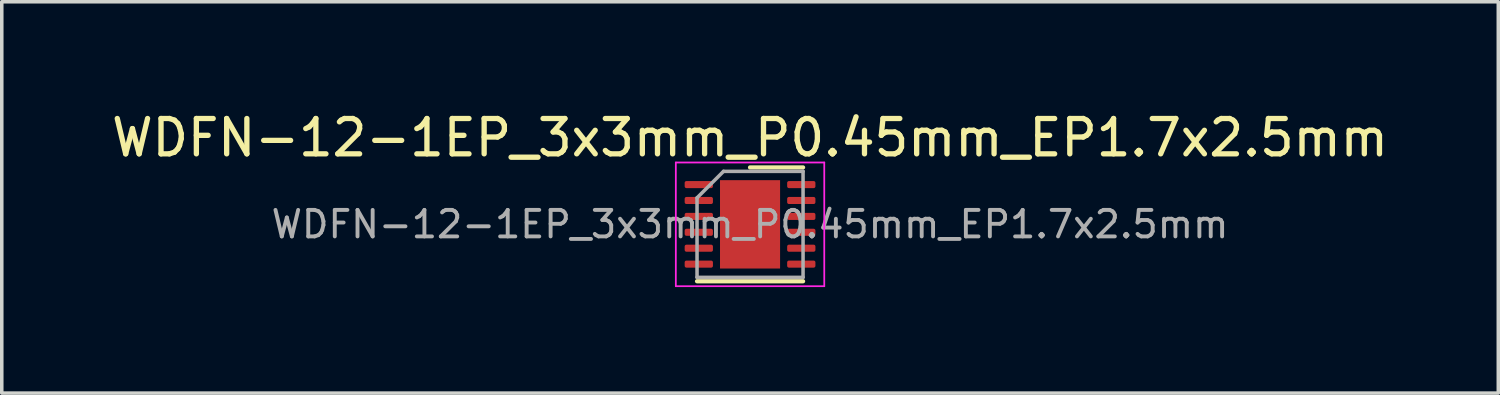
<source format=kicad_pcb>
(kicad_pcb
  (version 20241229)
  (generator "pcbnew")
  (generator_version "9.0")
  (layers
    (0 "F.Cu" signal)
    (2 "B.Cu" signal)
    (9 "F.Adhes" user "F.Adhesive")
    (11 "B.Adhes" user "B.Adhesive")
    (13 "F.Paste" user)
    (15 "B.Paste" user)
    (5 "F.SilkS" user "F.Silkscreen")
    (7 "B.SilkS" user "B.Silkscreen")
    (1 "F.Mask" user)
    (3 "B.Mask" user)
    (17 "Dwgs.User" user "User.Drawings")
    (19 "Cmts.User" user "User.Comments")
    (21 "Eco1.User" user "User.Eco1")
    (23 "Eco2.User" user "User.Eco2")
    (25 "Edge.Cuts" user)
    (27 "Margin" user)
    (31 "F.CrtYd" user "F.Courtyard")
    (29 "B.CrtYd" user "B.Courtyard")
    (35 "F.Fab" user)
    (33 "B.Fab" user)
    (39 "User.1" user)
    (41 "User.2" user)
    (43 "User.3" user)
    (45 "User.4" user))
  (footprint "WDFN-12-1EP_3x3mm_P0.45mm_EP1.7x2.5mm"
    (layer "F.Cu")
    (at 18.173 3.298)
    (property "Reference" "WDFN-12-1EP_3x3mm_P0.45mm_EP1.7x2.5mm" (at 0 -2.45 0) (layer "F.SilkS") (effects (font (size 1 1) (thickness 0.15))))
    (attr smd)
    (fp_line (start -1.5 1.61) (end 1.5 1.61) (stroke (width 0.12) (type solid)) (layer "F.SilkS"))
    (fp_line (start 0 -1.61) (end 1.5 -1.61) (stroke (width 0.12) (type solid)) (layer "F.SilkS"))
    (fp_line (start -2.1 -1.75) (end -2.1 1.75) (stroke (width 0.05) (type solid)) (layer "F.CrtYd"))
    (fp_line (start -2.1 1.75) (end 2.1 1.75) (stroke (width 0.05) (type solid)) (layer "F.CrtYd"))
    (fp_line (start 2.1 -1.75) (end -2.1 -1.75) (stroke (width 0.05) (type solid)) (layer "F.CrtYd"))
    (fp_line (start 2.1 1.75) (end 2.1 -1.75) (stroke (width 0.05) (type solid)) (layer "F.CrtYd"))
    (fp_line (start -1.5 -0.75) (end -0.75 -1.5) (stroke (width 0.1) (type solid)) (layer "F.Fab"))
    (fp_line (start -1.5 1.5) (end -1.5 -0.75) (stroke (width 0.1) (type solid)) (layer "F.Fab"))
    (fp_line (start -0.75 -1.5) (end 1.5 -1.5) (stroke (width 0.1) (type solid)) (layer "F.Fab"))
    (fp_line (start 1.5 -1.5) (end 1.5 1.5) (stroke (width 0.1) (type solid)) (layer "F.Fab"))
    (fp_line (start 1.5 1.5) (end -1.5 1.5) (stroke (width 0.1) (type solid)) (layer "F.Fab"))
    (fp_text user "${REFERENCE}" (at 0 0 0) (layer "F.Fab") (effects (font (size 0.75 0.75) (thickness 0.11))))
    (pad "" smd roundrect (at -0.425 -0.625) (size 0.69 1.01) (layers "F.Paste") (roundrect_rratio 0.25))
    (pad "" smd roundrect (at -0.425 0.625) (size 0.69 1.01) (layers "F.Paste") (roundrect_rratio 0.25))
    (pad "" smd roundrect (at 0.425 -0.625) (size 0.69 1.01) (layers "F.Paste") (roundrect_rratio 0.25))
    (pad "" smd roundrect (at 0.425 0.625) (size 0.69 1.01) (layers "F.Paste") (roundrect_rratio 0.25))
    (pad "1" smd roundrect (at -1.45 -1.125) (size 0.8 0.2) (layers "F.Cu" "F.Mask" "F.Paste") (roundrect_rratio 0.25))
    (pad "2" smd roundrect (at -1.45 -0.675) (size 0.8 0.2) (layers "F.Cu" "F.Mask" "F.Paste") (roundrect_rratio 0.25))
    (pad "3" smd roundrect (at -1.45 -0.225) (size 0.8 0.2) (layers "F.Cu" "F.Mask" "F.Paste") (roundrect_rratio 0.25))
    (pad "4" smd roundrect (at -1.45 0.225) (size 0.8 0.2) (layers "F.Cu" "F.Mask" "F.Paste") (roundrect_rratio 0.25))
    (pad "5" smd roundrect (at -1.45 0.675) (size 0.8 0.2) (layers "F.Cu" "F.Mask" "F.Paste") (roundrect_rratio 0.25))
    (pad "6" smd roundrect (at -1.45 1.125) (size 0.8 0.2) (layers "F.Cu" "F.Mask" "F.Paste") (roundrect_rratio 0.25))
    (pad "7" smd roundrect (at 1.45 1.125) (size 0.8 0.2) (layers "F.Cu" "F.Mask" "F.Paste") (roundrect_rratio 0.25))
    (pad "8" smd roundrect (at 1.45 0.675) (size 0.8 0.2) (layers "F.Cu" "F.Mask" "F.Paste") (roundrect_rratio 0.25))
    (pad "9" smd roundrect (at 1.45 0.225) (size 0.8 0.2) (layers "F.Cu" "F.Mask" "F.Paste") (roundrect_rratio 0.25))
    (pad "10" smd roundrect (at 1.45 -0.225) (size 0.8 0.2) (layers "F.Cu" "F.Mask" "F.Paste") (roundrect_rratio 0.25))
    (pad "11" smd roundrect (at 1.45 -0.675) (size 0.8 0.2) (layers "F.Cu" "F.Mask" "F.Paste") (roundrect_rratio 0.25))
    (pad "12" smd roundrect (at 1.45 -1.125) (size 0.8 0.2) (layers "F.Cu" "F.Mask" "F.Paste") (roundrect_rratio 0.25))
    (pad "13" smd rect (at 0 0) (size 1.7 2.5) (layers "F.Cu" "F.Mask")))
  (gr_rect
    (start -3 -3)
    (end 39.345 8.073)
    (stroke (width 0.1) (type default))
    (fill no)
    (layer "Edge.Cuts")))
</source>
